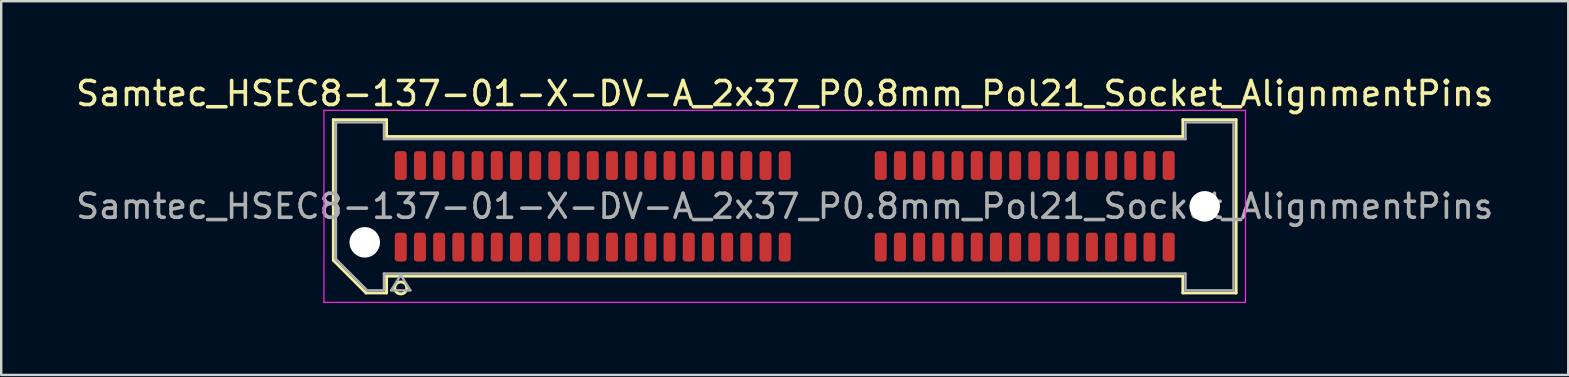
<source format=kicad_pcb>
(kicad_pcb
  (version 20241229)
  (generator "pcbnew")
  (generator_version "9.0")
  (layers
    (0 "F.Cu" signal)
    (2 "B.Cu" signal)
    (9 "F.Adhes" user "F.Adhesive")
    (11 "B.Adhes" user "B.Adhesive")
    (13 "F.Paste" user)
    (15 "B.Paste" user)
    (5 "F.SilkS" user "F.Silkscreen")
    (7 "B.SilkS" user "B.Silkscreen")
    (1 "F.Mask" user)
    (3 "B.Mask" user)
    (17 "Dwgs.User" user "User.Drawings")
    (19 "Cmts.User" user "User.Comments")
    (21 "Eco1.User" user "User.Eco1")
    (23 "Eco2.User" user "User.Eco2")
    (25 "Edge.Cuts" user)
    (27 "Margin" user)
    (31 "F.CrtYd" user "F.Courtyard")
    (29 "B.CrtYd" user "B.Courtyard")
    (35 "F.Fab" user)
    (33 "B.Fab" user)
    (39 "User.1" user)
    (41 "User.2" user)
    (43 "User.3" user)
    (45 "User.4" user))
  (footprint "Samtec_HSEC8-137-01-X-DV-A_2x37_P0.8mm_Pol21_Socket_AlignmentPins"
    (layer "F.Cu")
    (at 29.649 5.548)
    (property "Reference" "Samtec_HSEC8-137-01-X-DV-A_2x37_P0.8mm_Pol21_Socket_AlignmentPins" (at 0 -4.7 0) (layer "F.SilkS") (effects (font (size 1 1) (thickness 0.15))))
    (attr smd)
    (fp_line (start -18.81 -3.61) (end -16.59 -3.61) (stroke (width 0.12) (type solid)) (layer "F.SilkS"))
    (fp_line (start -18.81 2.246) (end -18.81 -3.61) (stroke (width 0.12) (type solid)) (layer "F.SilkS"))
    (fp_line (start -17.446 3.61) (end -18.81 2.246) (stroke (width 0.12) (type solid)) (layer "F.SilkS"))
    (fp_line (start -16.59 -3.61) (end -16.59 -2.91) (stroke (width 0.12) (type solid)) (layer "F.SilkS"))
    (fp_line (start -16.59 -2.91) (end 16.59 -2.91) (stroke (width 0.12) (type solid)) (layer "F.SilkS"))
    (fp_line (start -16.59 2.91) (end -16.59 3.61) (stroke (width 0.12) (type solid)) (layer "F.SilkS"))
    (fp_line (start -16.59 3.61) (end -17.446 3.61) (stroke (width 0.12) (type solid)) (layer "F.SilkS"))
    (fp_line (start 16.59 -3.61) (end 18.81 -3.61) (stroke (width 0.12) (type solid)) (layer "F.SilkS"))
    (fp_line (start 16.59 -2.91) (end 16.59 -3.61) (stroke (width 0.12) (type solid)) (layer "F.SilkS"))
    (fp_line (start 16.59 2.91) (end -16.59 2.91) (stroke (width 0.12) (type solid)) (layer "F.SilkS"))
    (fp_line (start 16.59 3.61) (end 16.59 2.91) (stroke (width 0.12) (type solid)) (layer "F.SilkS"))
    (fp_line (start 18.81 -3.61) (end 18.81 3.61) (stroke (width 0.12) (type solid)) (layer "F.SilkS"))
    (fp_line (start 18.81 3.61) (end 16.59 3.61) (stroke (width 0.12) (type solid)) (layer "F.SilkS"))
    (fp_arc (start -15.75 3.4) (mid -16.25 3.4) (end -15.75 3.4) (stroke (width 0.12) (type solid)) (layer "F.SilkS"))
    (fp_line (start -19.2 -4) (end -19.2 4) (stroke (width 0.05) (type solid)) (layer "F.CrtYd"))
    (fp_line (start -19.2 4) (end 19.2 4) (stroke (width 0.05) (type solid)) (layer "F.CrtYd"))
    (fp_line (start 19.2 -4) (end -19.2 -4) (stroke (width 0.05) (type solid)) (layer "F.CrtYd"))
    (fp_line (start 19.2 4) (end 19.2 -4) (stroke (width 0.05) (type solid)) (layer "F.CrtYd"))
    (fp_line (start -18.7 -3.5) (end -16.7 -3.5) (stroke (width 0.1) (type solid)) (layer "F.Fab"))
    (fp_line (start -18.7 2.2) (end -18.7 -3.5) (stroke (width 0.1) (type solid)) (layer "F.Fab"))
    (fp_line (start -17.4 3.5) (end -18.7 2.2) (stroke (width 0.1) (type solid)) (layer "F.Fab"))
    (fp_line (start -16.7 -3.5) (end -16.7 -2.8) (stroke (width 0.1) (type solid)) (layer "F.Fab"))
    (fp_line (start -16.7 -2.8) (end 16.7 -2.8) (stroke (width 0.1) (type solid)) (layer "F.Fab"))
    (fp_line (start -16.7 2.8) (end -16.7 3.5) (stroke (width 0.1) (type solid)) (layer "F.Fab"))
    (fp_line (start -16.7 3.5) (end -17.4 3.5) (stroke (width 0.1) (type solid)) (layer "F.Fab"))
    (fp_line (start -16.4 3.5) (end -16 2.86) (stroke (width 0.1) (type solid)) (layer "F.Fab"))
    (fp_line (start -16 2.86) (end -15.6 3.5) (stroke (width 0.1) (type solid)) (layer "F.Fab"))
    (fp_line (start -15.6 3.5) (end -16.4 3.5) (stroke (width 0.1) (type solid)) (layer "F.Fab"))
    (fp_line (start 16.7 -3.5) (end 18.7 -3.5) (stroke (width 0.1) (type solid)) (layer "F.Fab"))
    (fp_line (start 16.7 -2.8) (end 16.7 -3.5) (stroke (width 0.1) (type solid)) (layer "F.Fab"))
    (fp_line (start 16.7 2.8) (end -16.7 2.8) (stroke (width 0.1) (type solid)) (layer "F.Fab"))
    (fp_line (start 16.7 3.5) (end 16.7 2.8) (stroke (width 0.1) (type solid)) (layer "F.Fab"))
    (fp_line (start 18.7 -3.5) (end 18.7 3.5) (stroke (width 0.1) (type solid)) (layer "F.Fab"))
    (fp_line (start 18.7 3.5) (end 16.7 3.5) (stroke (width 0.1) (type solid)) (layer "F.Fab"))
    (fp_text user "${REFERENCE}" (at 0 0 0) (layer "F.Fab") (effects (font (size 1 1) (thickness 0.15))))
    (pad "" np_thru_hole circle (at -17.5 1.5) (size 1.27 1.27) (drill 1.27) (layers "*.Cu" "*.Mask"))
    (pad "" np_thru_hole circle (at 17.5 0) (size 1.27 1.27) (drill 1.27) (layers "*.Cu" "*.Mask"))
    (pad "1" smd roundrect (at -16 1.7) (size 0.5 1.2) (layers "F.Cu" "F.Mask" "F.Paste") (roundrect_rratio 0.25))
    (pad "2" smd roundrect (at -16 -1.7) (size 0.5 1.2) (layers "F.Cu" "F.Mask" "F.Paste") (roundrect_rratio 0.25))
    (pad "3" smd roundrect (at -15.2 1.7) (size 0.5 1.2) (layers "F.Cu" "F.Mask" "F.Paste") (roundrect_rratio 0.25))
    (pad "4" smd roundrect (at -15.2 -1.7) (size 0.5 1.2) (layers "F.Cu" "F.Mask" "F.Paste") (roundrect_rratio 0.25))
    (pad "5" smd roundrect (at -14.4 1.7) (size 0.5 1.2) (layers "F.Cu" "F.Mask" "F.Paste") (roundrect_rratio 0.25))
    (pad "6" smd roundrect (at -14.4 -1.7) (size 0.5 1.2) (layers "F.Cu" "F.Mask" "F.Paste") (roundrect_rratio 0.25))
    (pad "7" smd roundrect (at -13.6 1.7) (size 0.5 1.2) (layers "F.Cu" "F.Mask" "F.Paste") (roundrect_rratio 0.25))
    (pad "8" smd roundrect (at -13.6 -1.7) (size 0.5 1.2) (layers "F.Cu" "F.Mask" "F.Paste") (roundrect_rratio 0.25))
    (pad "9" smd roundrect (at -12.8 1.7) (size 0.5 1.2) (layers "F.Cu" "F.Mask" "F.Paste") (roundrect_rratio 0.25))
    (pad "10" smd roundrect (at -12.8 -1.7) (size 0.5 1.2) (layers "F.Cu" "F.Mask" "F.Paste") (roundrect_rratio 0.25))
    (pad "11" smd roundrect (at -12 1.7) (size 0.5 1.2) (layers "F.Cu" "F.Mask" "F.Paste") (roundrect_rratio 0.25))
    (pad "12" smd roundrect (at -12 -1.7) (size 0.5 1.2) (layers "F.Cu" "F.Mask" "F.Paste") (roundrect_rratio 0.25))
    (pad "13" smd roundrect (at -11.2 1.7) (size 0.5 1.2) (layers "F.Cu" "F.Mask" "F.Paste") (roundrect_rratio 0.25))
    (pad "14" smd roundrect (at -11.2 -1.7) (size 0.5 1.2) (layers "F.Cu" "F.Mask" "F.Paste") (roundrect_rratio 0.25))
    (pad "15" smd roundrect (at -10.4 1.7) (size 0.5 1.2) (layers "F.Cu" "F.Mask" "F.Paste") (roundrect_rratio 0.25))
    (pad "16" smd roundrect (at -10.4 -1.7) (size 0.5 1.2) (layers "F.Cu" "F.Mask" "F.Paste") (roundrect_rratio 0.25))
    (pad "17" smd roundrect (at -9.6 1.7) (size 0.5 1.2) (layers "F.Cu" "F.Mask" "F.Paste") (roundrect_rratio 0.25))
    (pad "18" smd roundrect (at -9.6 -1.7) (size 0.5 1.2) (layers "F.Cu" "F.Mask" "F.Paste") (roundrect_rratio 0.25))
    (pad "19" smd roundrect (at -8.8 1.7) (size 0.5 1.2) (layers "F.Cu" "F.Mask" "F.Paste") (roundrect_rratio 0.25))
    (pad "20" smd roundrect (at -8.8 -1.7) (size 0.5 1.2) (layers "F.Cu" "F.Mask" "F.Paste") (roundrect_rratio 0.25))
    (pad "21" smd roundrect (at -8 1.7) (size 0.5 1.2) (layers "F.Cu" "F.Mask" "F.Paste") (roundrect_rratio 0.25))
    (pad "22" smd roundrect (at -8 -1.7) (size 0.5 1.2) (layers "F.Cu" "F.Mask" "F.Paste") (roundrect_rratio 0.25))
    (pad "23" smd roundrect (at -7.2 1.7) (size 0.5 1.2) (layers "F.Cu" "F.Mask" "F.Paste") (roundrect_rratio 0.25))
    (pad "24" smd roundrect (at -7.2 -1.7) (size 0.5 1.2) (layers "F.Cu" "F.Mask" "F.Paste") (roundrect_rratio 0.25))
    (pad "25" smd roundrect (at -6.4 1.7) (size 0.5 1.2) (layers "F.Cu" "F.Mask" "F.Paste") (roundrect_rratio 0.25))
    (pad "26" smd roundrect (at -6.4 -1.7) (size 0.5 1.2) (layers "F.Cu" "F.Mask" "F.Paste") (roundrect_rratio 0.25))
    (pad "27" smd roundrect (at -5.6 1.7) (size 0.5 1.2) (layers "F.Cu" "F.Mask" "F.Paste") (roundrect_rratio 0.25))
    (pad "28" smd roundrect (at -5.6 -1.7) (size 0.5 1.2) (layers "F.Cu" "F.Mask" "F.Paste") (roundrect_rratio 0.25))
    (pad "29" smd roundrect (at -4.8 1.7) (size 0.5 1.2) (layers "F.Cu" "F.Mask" "F.Paste") (roundrect_rratio 0.25))
    (pad "30" smd roundrect (at -4.8 -1.7) (size 0.5 1.2) (layers "F.Cu" "F.Mask" "F.Paste") (roundrect_rratio 0.25))
    (pad "31" smd roundrect (at -4 1.7) (size 0.5 1.2) (layers "F.Cu" "F.Mask" "F.Paste") (roundrect_rratio 0.25))
    (pad "32" smd roundrect (at -4 -1.7) (size 0.5 1.2) (layers "F.Cu" "F.Mask" "F.Paste") (roundrect_rratio 0.25))
    (pad "33" smd roundrect (at -3.2 1.7) (size 0.5 1.2) (layers "F.Cu" "F.Mask" "F.Paste") (roundrect_rratio 0.25))
    (pad "34" smd roundrect (at -3.2 -1.7) (size 0.5 1.2) (layers "F.Cu" "F.Mask" "F.Paste") (roundrect_rratio 0.25))
    (pad "35" smd roundrect (at -2.4 1.7) (size 0.5 1.2) (layers "F.Cu" "F.Mask" "F.Paste") (roundrect_rratio 0.25))
    (pad "36" smd roundrect (at -2.4 -1.7) (size 0.5 1.2) (layers "F.Cu" "F.Mask" "F.Paste") (roundrect_rratio 0.25))
    (pad "37" smd roundrect (at -1.6 1.7) (size 0.5 1.2) (layers "F.Cu" "F.Mask" "F.Paste") (roundrect_rratio 0.25))
    (pad "38" smd roundrect (at -1.6 -1.7) (size 0.5 1.2) (layers "F.Cu" "F.Mask" "F.Paste") (roundrect_rratio 0.25))
    (pad "39" smd roundrect (at -0.8 1.7) (size 0.5 1.2) (layers "F.Cu" "F.Mask" "F.Paste") (roundrect_rratio 0.25))
    (pad "40" smd roundrect (at -0.8 -1.7) (size 0.5 1.2) (layers "F.Cu" "F.Mask" "F.Paste") (roundrect_rratio 0.25))
    (pad "41" smd roundrect (at 0 1.7) (size 0.5 1.2) (layers "F.Cu" "F.Mask" "F.Paste") (roundrect_rratio 0.25))
    (pad "42" smd roundrect (at 0 -1.7) (size 0.5 1.2) (layers "F.Cu" "F.Mask" "F.Paste") (roundrect_rratio 0.25))
    (pad "43" smd roundrect (at 4 1.7) (size 0.5 1.2) (layers "F.Cu" "F.Mask" "F.Paste") (roundrect_rratio 0.25))
    (pad "44" smd roundrect (at 4 -1.7) (size 0.5 1.2) (layers "F.Cu" "F.Mask" "F.Paste") (roundrect_rratio 0.25))
    (pad "45" smd roundrect (at 4.8 1.7) (size 0.5 1.2) (layers "F.Cu" "F.Mask" "F.Paste") (roundrect_rratio 0.25))
    (pad "46" smd roundrect (at 4.8 -1.7) (size 0.5 1.2) (layers "F.Cu" "F.Mask" "F.Paste") (roundrect_rratio 0.25))
    (pad "47" smd roundrect (at 5.6 1.7) (size 0.5 1.2) (layers "F.Cu" "F.Mask" "F.Paste") (roundrect_rratio 0.25))
    (pad "48" smd roundrect (at 5.6 -1.7) (size 0.5 1.2) (layers "F.Cu" "F.Mask" "F.Paste") (roundrect_rratio 0.25))
    (pad "49" smd roundrect (at 6.4 1.7) (size 0.5 1.2) (layers "F.Cu" "F.Mask" "F.Paste") (roundrect_rratio 0.25))
    (pad "50" smd roundrect (at 6.4 -1.7) (size 0.5 1.2) (layers "F.Cu" "F.Mask" "F.Paste") (roundrect_rratio 0.25))
    (pad "51" smd roundrect (at 7.2 1.7) (size 0.5 1.2) (layers "F.Cu" "F.Mask" "F.Paste") (roundrect_rratio 0.25))
    (pad "52" smd roundrect (at 7.2 -1.7) (size 0.5 1.2) (layers "F.Cu" "F.Mask" "F.Paste") (roundrect_rratio 0.25))
    (pad "53" smd roundrect (at 8 1.7) (size 0.5 1.2) (layers "F.Cu" "F.Mask" "F.Paste") (roundrect_rratio 0.25))
    (pad "54" smd roundrect (at 8 -1.7) (size 0.5 1.2) (layers "F.Cu" "F.Mask" "F.Paste") (roundrect_rratio 0.25))
    (pad "55" smd roundrect (at 8.8 1.7) (size 0.5 1.2) (layers "F.Cu" "F.Mask" "F.Paste") (roundrect_rratio 0.25))
    (pad "56" smd roundrect (at 8.8 -1.7) (size 0.5 1.2) (layers "F.Cu" "F.Mask" "F.Paste") (roundrect_rratio 0.25))
    (pad "57" smd roundrect (at 9.6 1.7) (size 0.5 1.2) (layers "F.Cu" "F.Mask" "F.Paste") (roundrect_rratio 0.25))
    (pad "58" smd roundrect (at 9.6 -1.7) (size 0.5 1.2) (layers "F.Cu" "F.Mask" "F.Paste") (roundrect_rratio 0.25))
    (pad "59" smd roundrect (at 10.4 1.7) (size 0.5 1.2) (layers "F.Cu" "F.Mask" "F.Paste") (roundrect_rratio 0.25))
    (pad "60" smd roundrect (at 10.4 -1.7) (size 0.5 1.2) (layers "F.Cu" "F.Mask" "F.Paste") (roundrect_rratio 0.25))
    (pad "61" smd roundrect (at 11.2 1.7) (size 0.5 1.2) (layers "F.Cu" "F.Mask" "F.Paste") (roundrect_rratio 0.25))
    (pad "62" smd roundrect (at 11.2 -1.7) (size 0.5 1.2) (layers "F.Cu" "F.Mask" "F.Paste") (roundrect_rratio 0.25))
    (pad "63" smd roundrect (at 12 1.7) (size 0.5 1.2) (layers "F.Cu" "F.Mask" "F.Paste") (roundrect_rratio 0.25))
    (pad "64" smd roundrect (at 12 -1.7) (size 0.5 1.2) (layers "F.Cu" "F.Mask" "F.Paste") (roundrect_rratio 0.25))
    (pad "65" smd roundrect (at 12.8 1.7) (size 0.5 1.2) (layers "F.Cu" "F.Mask" "F.Paste") (roundrect_rratio 0.25))
    (pad "66" smd roundrect (at 12.8 -1.7) (size 0.5 1.2) (layers "F.Cu" "F.Mask" "F.Paste") (roundrect_rratio 0.25))
    (pad "67" smd roundrect (at 13.6 1.7) (size 0.5 1.2) (layers "F.Cu" "F.Mask" "F.Paste") (roundrect_rratio 0.25))
    (pad "68" smd roundrect (at 13.6 -1.7) (size 0.5 1.2) (layers "F.Cu" "F.Mask" "F.Paste") (roundrect_rratio 0.25))
    (pad "69" smd roundrect (at 14.4 1.7) (size 0.5 1.2) (layers "F.Cu" "F.Mask" "F.Paste") (roundrect_rratio 0.25))
    (pad "70" smd roundrect (at 14.4 -1.7) (size 0.5 1.2) (layers "F.Cu" "F.Mask" "F.Paste") (roundrect_rratio 0.25))
    (pad "71" smd roundrect (at 15.2 1.7) (size 0.5 1.2) (layers "F.Cu" "F.Mask" "F.Paste") (roundrect_rratio 0.25))
    (pad "72" smd roundrect (at 15.2 -1.7) (size 0.5 1.2) (layers "F.Cu" "F.Mask" "F.Paste") (roundrect_rratio 0.25))
    (pad "73" smd roundrect (at 16 1.7) (size 0.5 1.2) (layers "F.Cu" "F.Mask" "F.Paste") (roundrect_rratio 0.25))
    (pad "74" smd roundrect (at 16 -1.7) (size 0.5 1.2) (layers "F.Cu" "F.Mask" "F.Paste") (roundrect_rratio 0.25)))
  (gr_rect
    (start -3 -3)
    (end 62.298 12.573)
    (stroke (width 0.1) (type default))
    (fill no)
    (layer "Edge.Cuts")))
</source>
